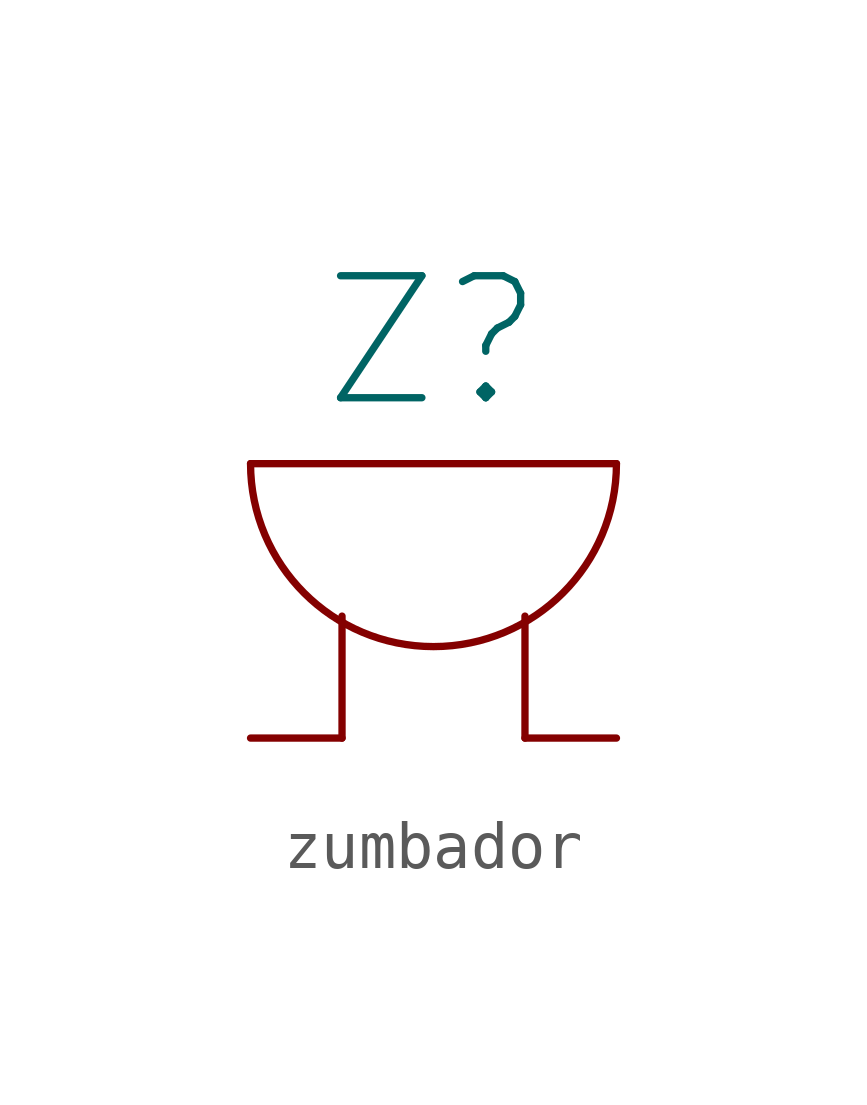
<source format=kicad_sym>
(kicad_symbol_lib
  (version 20231120)
  (generator "kicad_symbol_editor")
  (generator_version "8.0")
  (symbol "zumbador"
    (pin_names
      (offset 1.016))
    (property "Reference" "Z"
      (at 3.81 8.255 0)
      (effects (font (size 2.54 2.54))))
    (symbol "zumbador_0_0"
      (polyline (pts (xy 0 5.715) (xy 7.62 5.715)) (stroke (width 0) (type default)) (fill (type none)))
      (polyline (pts (xy 1.905 0) (xy 1.905 2.54)) (stroke (width 0) (type default)) (fill (type none)))
      (polyline (pts (xy 5.715 0) (xy 5.715 2.54)) (stroke (width 0) (type default)) (fill (type none)))
      (arc (start 0 5.715) (mid 3.81 1.9216) (end 7.62 5.715) (stroke (width 0) (type default)) (fill (type none))))
    (symbol "zumbador_1_1"
      (pin input line (at 0 0 0) (length 1.905) (name "" (effects (font (size 1.27 1.27)))) (number "" (effects (font (size 1.143 1.143)))))
      (pin input line (at 7.62 0 180) (length 1.905) (name "" (effects (font (size 1.27 1.27)))) (number "" (effects (font (size 1.143 1.143))))))))
</source>
